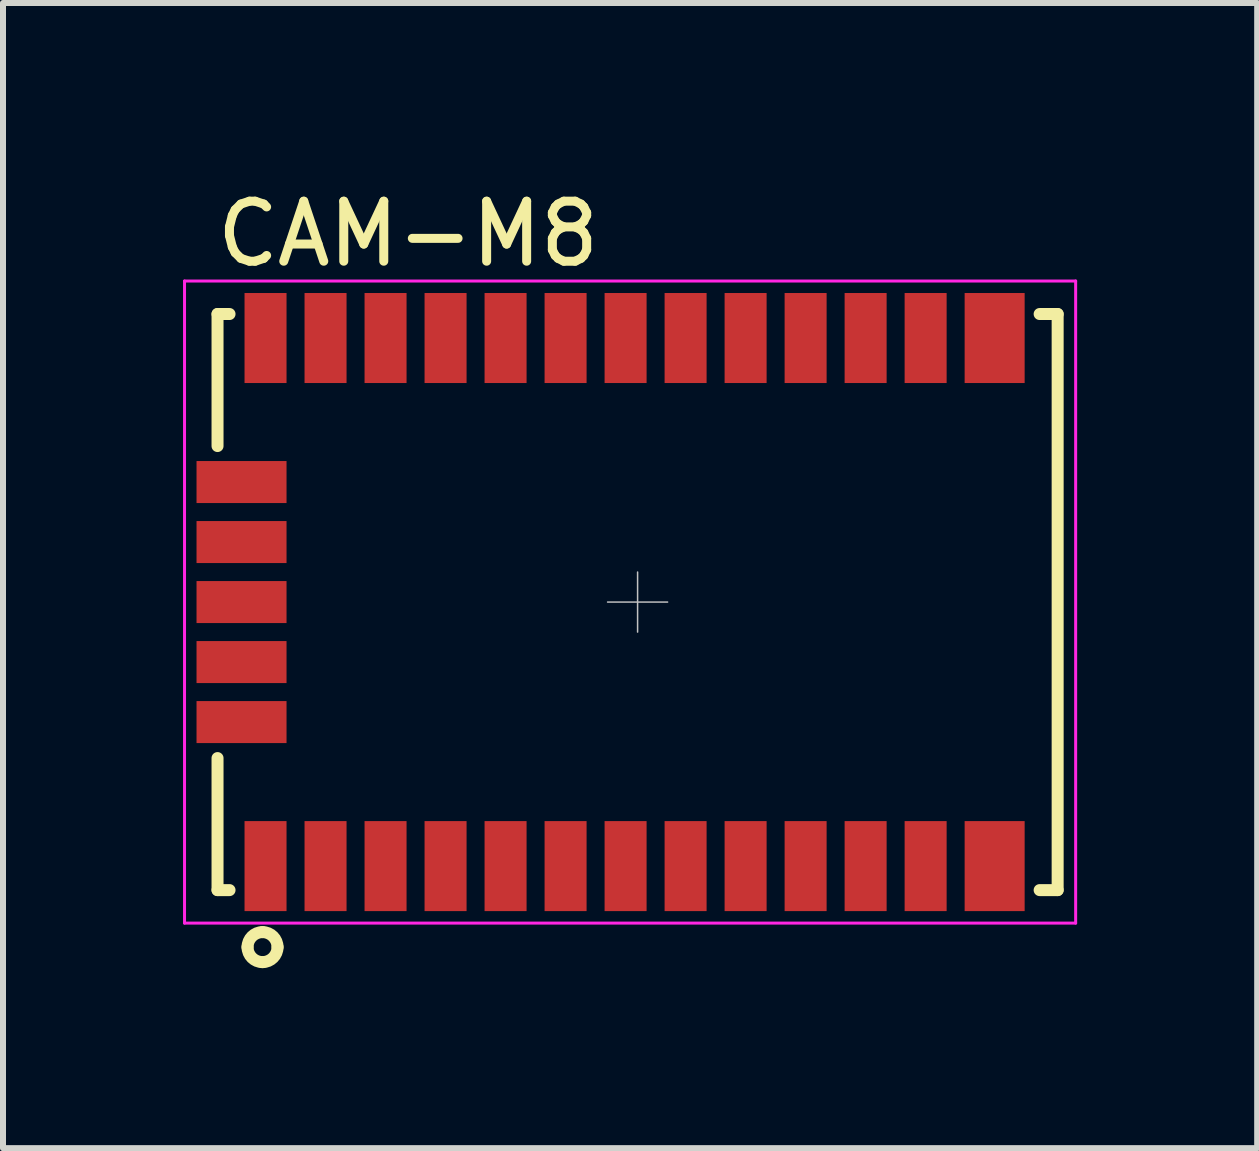
<source format=kicad_pcb>
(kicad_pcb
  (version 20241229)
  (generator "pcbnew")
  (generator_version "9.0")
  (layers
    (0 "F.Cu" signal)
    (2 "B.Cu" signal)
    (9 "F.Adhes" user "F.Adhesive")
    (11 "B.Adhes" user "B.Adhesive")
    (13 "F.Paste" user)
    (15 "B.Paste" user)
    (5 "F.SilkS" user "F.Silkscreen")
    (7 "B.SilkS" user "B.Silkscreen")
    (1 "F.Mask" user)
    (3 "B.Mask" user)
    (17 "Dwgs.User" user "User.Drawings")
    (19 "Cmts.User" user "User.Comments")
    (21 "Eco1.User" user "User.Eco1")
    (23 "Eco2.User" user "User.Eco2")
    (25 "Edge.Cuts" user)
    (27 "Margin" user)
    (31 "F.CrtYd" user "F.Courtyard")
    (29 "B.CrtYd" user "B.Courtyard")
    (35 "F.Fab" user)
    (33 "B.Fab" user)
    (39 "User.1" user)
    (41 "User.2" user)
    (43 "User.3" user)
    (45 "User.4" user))
  (footprint "CAM-M8"
    (layer "F.Cu")
    (at 7.575 6.983)
    (property "Reference" "CAM-M8" (at -3.825 -6.135 0) (layer "F.SilkS") (effects (font (size 1 1) (thickness 0.15))))
    (attr through_hole)
    (fp_line (start -7.2 5) (end -7.2 4) (stroke (width 0.2) (type solid)) (layer "F.Mask"))
    (fp_line (start -6.8 5) (end -7.2 5) (stroke (width 0.2) (type solid)) (layer "F.Mask"))
    (fp_line (start 6.7 -5) (end 7.2 -5) (stroke (width 0.2) (type solid)) (layer "F.Mask"))
    (fp_line (start 7.2 -5) (end 7.2 -4) (stroke (width 0.2) (type solid)) (layer "F.Mask"))
    (fp_line (start -7 -4.8) (end -6.8 -4.8) (stroke (width 0.2) (type solid)) (layer "F.SilkS"))
    (fp_line (start -7 -2.6) (end -7 -4.8) (stroke (width 0.2) (type solid)) (layer "F.SilkS"))
    (fp_line (start -7 4.8) (end -7 2.6) (stroke (width 0.2) (type solid)) (layer "F.SilkS"))
    (fp_line (start -6.8 4.8) (end -7 4.8) (stroke (width 0.2) (type solid)) (layer "F.SilkS"))
    (fp_line (start 6.7 -4.8) (end 7 -4.8) (stroke (width 0.2) (type solid)) (layer "F.SilkS"))
    (fp_line (start 7 -4.8) (end 7 4.8) (stroke (width 0.2) (type solid)) (layer "F.SilkS"))
    (fp_line (start 7 4.8) (end 6.7 4.8) (stroke (width 0.2) (type solid)) (layer "F.SilkS"))
    (fp_arc (start -6.5 5.75) (mid -6.426777 5.573223) (end -6.25 5.5) (stroke (width 0.2) (type solid)) (layer "F.SilkS"))
    (fp_arc (start -6.25 5.5) (mid -6.073223 5.573223) (end -6 5.75) (stroke (width 0.2) (type solid)) (layer "F.SilkS"))
    (fp_arc (start -6.25 6) (mid -6.426777 5.926777) (end -6.5 5.75) (stroke (width 0.2) (type solid)) (layer "F.SilkS"))
    (fp_arc (start -6 5.75) (mid -6.073223 5.926777) (end -6.25 6) (stroke (width 0.2) (type solid)) (layer "F.SilkS"))
    (fp_line (start -0.5 0) (end 0.5 0) (stroke (width 0.025) (type solid)) (layer "Dwgs.User"))
    (fp_line (start 0 -0.5) (end 0 0.5) (stroke (width 0.025) (type solid)) (layer "Dwgs.User"))
    (fp_line (start -7.55 -5.35) (end -7.55 5.35) (stroke (width 0.05) (type solid)) (layer "F.CrtYd"))
    (fp_line (start -7.55 5.35) (end 7.3 5.35) (stroke (width 0.05) (type solid)) (layer "F.CrtYd"))
    (fp_line (start 7.3 -5.35) (end -7.55 -5.35) (stroke (width 0.05) (type solid)) (layer "F.CrtYd"))
    (fp_line (start 7.3 5.35) (end 7.3 -5.35) (stroke (width 0.05) (type solid)) (layer "F.CrtYd"))
    (pad "1" smd rect (at -6.2 4.4 90) (size 1.5 0.7) (layers "F.Cu" "F.Mask" "F.Paste"))
    (pad "2" smd rect (at -5.2 4.4 90) (size 1.5 0.7) (layers "F.Cu" "F.Mask" "F.Paste"))
    (pad "3" smd rect (at -4.2 4.4 90) (size 1.5 0.7) (layers "F.Cu" "F.Mask" "F.Paste"))
    (pad "4" smd rect (at -3.2 4.4 90) (size 1.5 0.7) (layers "F.Cu" "F.Mask" "F.Paste"))
    (pad "5" smd rect (at -2.2 4.4 90) (size 1.5 0.7) (layers "F.Cu" "F.Mask" "F.Paste"))
    (pad "6" smd rect (at -1.2 4.4 90) (size 1.5 0.7) (layers "F.Cu" "F.Mask" "F.Paste"))
    (pad "7" smd rect (at -0.2 4.4 90) (size 1.5 0.7) (layers "F.Cu" "F.Mask" "F.Paste"))
    (pad "8" smd rect (at 0.8 4.4 90) (size 1.5 0.7) (layers "F.Cu" "F.Mask" "F.Paste"))
    (pad "9" smd rect (at 1.8 4.4 90) (size 1.5 0.7) (layers "F.Cu" "F.Mask" "F.Paste"))
    (pad "10" smd rect (at 2.8 4.4 90) (size 1.5 0.7) (layers "F.Cu" "F.Mask" "F.Paste"))
    (pad "11" smd rect (at 3.8 4.4 90) (size 1.5 0.7) (layers "F.Cu" "F.Mask" "F.Paste"))
    (pad "12" smd rect (at 4.8 4.4 90) (size 1.5 0.7) (layers "F.Cu" "F.Mask" "F.Paste"))
    (pad "13" smd rect (at 5.95 4.4 90) (size 1.5 1) (layers "F.Cu" "F.Mask" "F.Paste"))
    (pad "14" smd rect (at 5.95 -4.4 90) (size 1.5 1) (layers "F.Cu" "F.Mask" "F.Paste"))
    (pad "15" smd rect (at 4.8 -4.4 90) (size 1.5 0.7) (layers "F.Cu" "F.Mask" "F.Paste"))
    (pad "16" smd rect (at 3.8 -4.4 90) (size 1.5 0.7) (layers "F.Cu" "F.Mask" "F.Paste"))
    (pad "17" smd rect (at 2.8 -4.4 90) (size 1.5 0.7) (layers "F.Cu" "F.Mask" "F.Paste"))
    (pad "18" smd rect (at 1.8 -4.4 90) (size 1.5 0.7) (layers "F.Cu" "F.Mask" "F.Paste"))
    (pad "19" smd rect (at 0.8 -4.4 90) (size 1.5 0.7) (layers "F.Cu" "F.Mask" "F.Paste"))
    (pad "20" smd rect (at -0.2 -4.4 90) (size 1.5 0.7) (layers "F.Cu" "F.Mask" "F.Paste"))
    (pad "21" smd rect (at -1.2 -4.4 90) (size 1.5 0.7) (layers "F.Cu" "F.Mask" "F.Paste"))
    (pad "22" smd rect (at -2.2 -4.4 90) (size 1.5 0.7) (layers "F.Cu" "F.Mask" "F.Paste"))
    (pad "23" smd rect (at -3.2 -4.4 90) (size 1.5 0.7) (layers "F.Cu" "F.Mask" "F.Paste"))
    (pad "24" smd rect (at -4.2 -4.4 90) (size 1.5 0.7) (layers "F.Cu" "F.Mask" "F.Paste"))
    (pad "25" smd rect (at -5.2 -4.4 90) (size 1.5 0.7) (layers "F.Cu" "F.Mask" "F.Paste"))
    (pad "26" smd rect (at -6.2 -4.4 90) (size 1.5 0.7) (layers "F.Cu" "F.Mask" "F.Paste"))
    (pad "27" smd rect (at -6.6 -2) (size 1.5 0.7) (layers "F.Cu" "F.Mask" "F.Paste"))
    (pad "28" smd rect (at -6.6 -1) (size 1.5 0.7) (layers "F.Cu" "F.Mask" "F.Paste"))
    (pad "29" smd rect (at -6.6 0) (size 1.5 0.7) (layers "F.Cu" "F.Mask" "F.Paste"))
    (pad "30" smd rect (at -6.6 1) (size 1.5 0.7) (layers "F.Cu" "F.Mask" "F.Paste"))
    (pad "31" smd rect (at -6.6 2) (size 1.5 0.7) (layers "F.Cu" "F.Mask" "F.Paste"))
    (zone (net_name "") (layer "F.Cu") (hatch full 0.508) (connect_pads) (min_thickness 0) (filled_areas_thickness no) (keepout (tracks not_allowed) (vias not_allowed) (pads not_allowed) (copperpour not_allowed) (footprints allowed)) (placement (enabled no)) (fill) (polygon (pts (xy 9.775 10.583) (xy 14.575 10.583) (xy 14.575 3.383) (xy 9.775 3.383))))
    (zone (net_name "") (layer "B.Cu") (hatch full 0.508) (connect_pads) (min_thickness 0) (filled_areas_thickness no) (keepout (tracks not_allowed) (vias not_allowed) (pads not_allowed) (copperpour not_allowed) (footprints allowed)) (placement (enabled no)) (fill) (polygon (pts (xy 9.775 10.583) (xy 9.775 3.383) (xy 14.575 3.383) (xy 14.575 10.583)))))
  (gr_rect
    (start -3 -3)
    (end 17.9 16.083)
    (stroke (width 0.1) (type default))
    (fill no)
    (layer "Edge.Cuts")))
</source>
